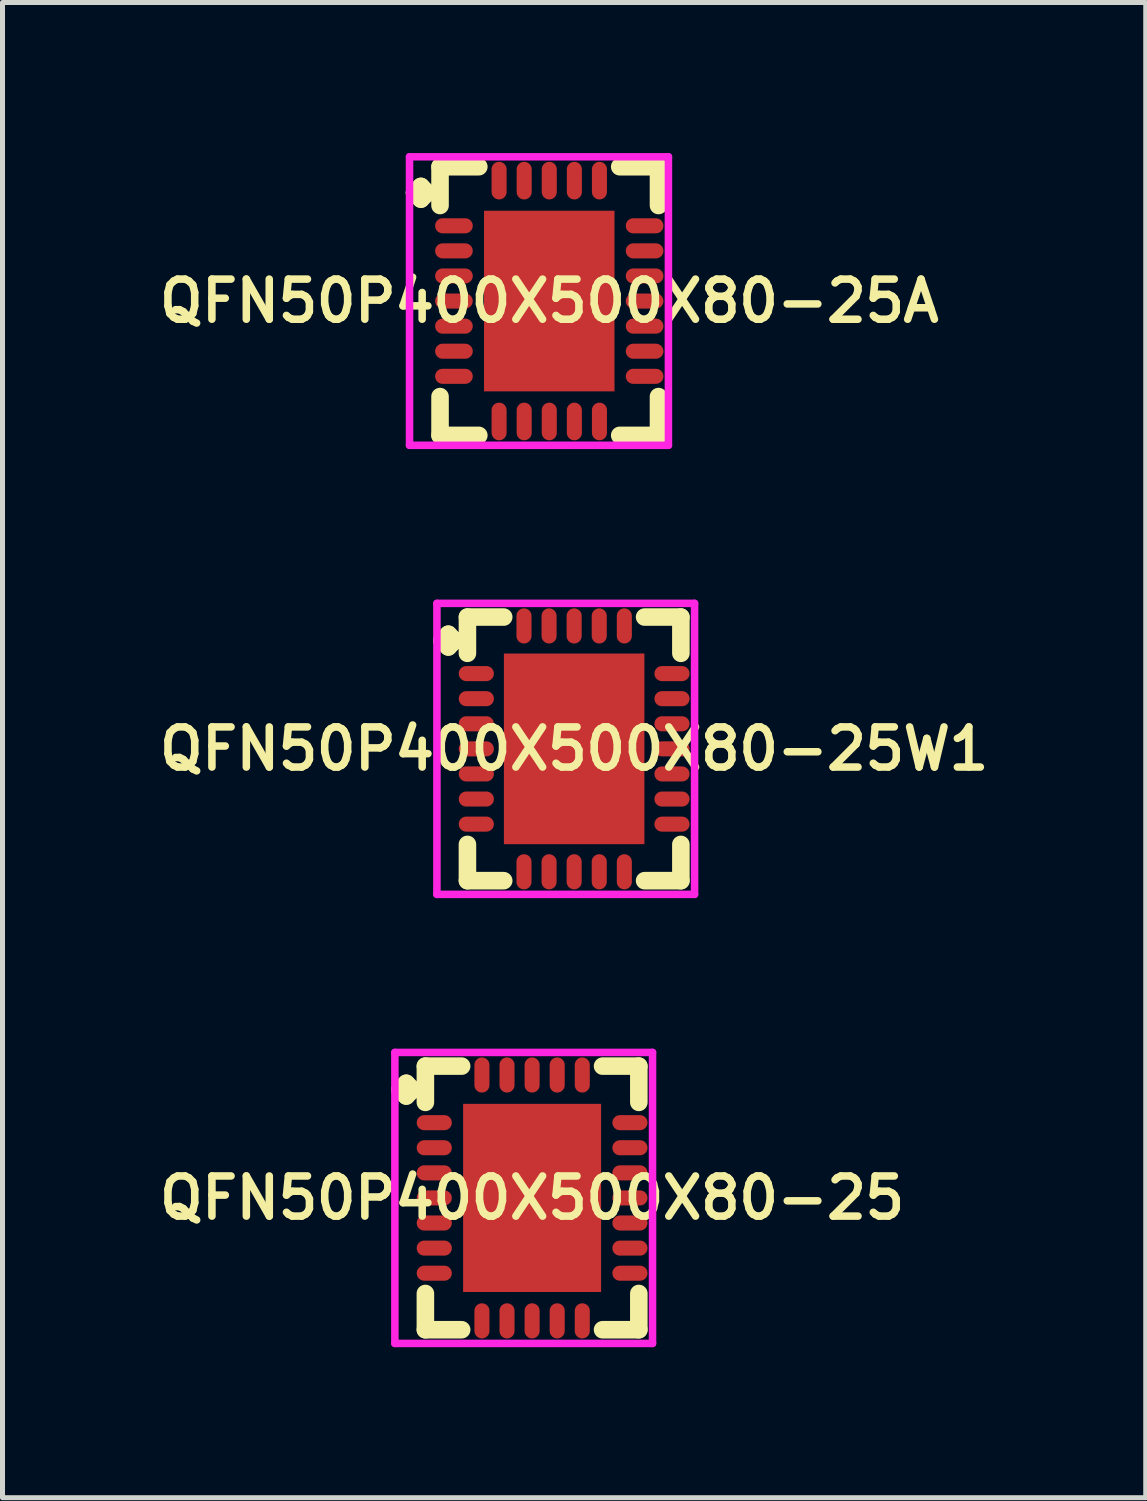
<source format=kicad_pcb>
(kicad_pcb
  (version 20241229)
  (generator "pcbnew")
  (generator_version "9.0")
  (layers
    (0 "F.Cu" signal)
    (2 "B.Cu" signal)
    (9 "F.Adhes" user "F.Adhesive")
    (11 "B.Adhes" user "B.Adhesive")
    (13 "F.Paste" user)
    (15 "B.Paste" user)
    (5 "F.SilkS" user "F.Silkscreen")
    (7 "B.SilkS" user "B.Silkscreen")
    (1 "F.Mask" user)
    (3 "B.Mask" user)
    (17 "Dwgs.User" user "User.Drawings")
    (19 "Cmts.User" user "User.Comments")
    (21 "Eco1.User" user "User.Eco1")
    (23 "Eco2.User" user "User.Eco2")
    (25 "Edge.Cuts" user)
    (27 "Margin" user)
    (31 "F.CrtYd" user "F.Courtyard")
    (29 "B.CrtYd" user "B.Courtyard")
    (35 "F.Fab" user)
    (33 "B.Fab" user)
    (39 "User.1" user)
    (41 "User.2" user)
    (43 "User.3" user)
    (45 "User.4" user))
  (footprint "QFN50P400X500X80-25W1"
    (layer "F.Cu")
    (at 8.393 11.875)
    (property "Reference" "QFN50P400X500X80-25W1" (at 0 0 0) (layer "F.SilkS") (effects (font (size 0.8 0.8) (thickness 0.15))))
    (attr through_hole)
    (fp_line (start -2.635 -2.158) (end -2.508 -2.285) (stroke (width 0.35) (type solid)) (layer "F.SilkS"))
    (fp_line (start -2.508 -2.285) (end -2.381 -2.158) (stroke (width 0.35) (type solid)) (layer "F.SilkS"))
    (fp_line (start -2.508 -2.031) (end -2.635 -2.158) (stroke (width 0.35) (type solid)) (layer "F.SilkS"))
    (fp_line (start -2.381 -2.158) (end -2.508 -2.031) (stroke (width 0.35) (type solid)) (layer "F.SilkS"))
    (fp_line (start -2.127 -2.627) (end -1.404 -2.627) (stroke (width 0.35) (type solid)) (layer "F.SilkS"))
    (fp_line (start -2.127 -1.904) (end -2.127 -2.627) (stroke (width 0.35) (type solid)) (layer "F.SilkS"))
    (fp_line (start -2.127 1.904) (end -2.127 2.627) (stroke (width 0.35) (type solid)) (layer "F.SilkS"))
    (fp_line (start -2.127 2.627) (end -1.404 2.627) (stroke (width 0.35) (type solid)) (layer "F.SilkS"))
    (fp_line (start 1.404 -2.627) (end 2.127 -2.627) (stroke (width 0.35) (type solid)) (layer "F.SilkS"))
    (fp_line (start 1.404 2.627) (end 2.127 2.627) (stroke (width 0.35) (type solid)) (layer "F.SilkS"))
    (fp_line (start 2.127 -2.627) (end 2.127 -1.904) (stroke (width 0.35) (type solid)) (layer "F.SilkS"))
    (fp_line (start 2.127 2.627) (end 2.127 1.904) (stroke (width 0.35) (type solid)) (layer "F.SilkS"))
    (fp_line (start -2.735 -2.9) (end 2.4 -2.9) (stroke (width 0.15) (type solid)) (layer "F.CrtYd"))
    (fp_line (start -2.735 2.9) (end -2.735 -2.9) (stroke (width 0.15) (type solid)) (layer "F.CrtYd"))
    (fp_line (start 2.4 -2.9) (end 2.4 2.9) (stroke (width 0.15) (type solid)) (layer "F.CrtYd"))
    (fp_line (start 2.4 2.9) (end -2.735 2.9) (stroke (width 0.15) (type solid)) (layer "F.CrtYd"))
    (pad "1" smd oval (at -1.95 -1.5) (size 0.7 0.3) (layers "F.Cu" "F.Mask" "F.Paste"))
    (pad "2" smd oval (at -1.95 -1) (size 0.7 0.3) (layers "F.Cu" "F.Mask" "F.Paste"))
    (pad "3" smd oval (at -1.95 -0.5) (size 0.7 0.3) (layers "F.Cu" "F.Mask" "F.Paste"))
    (pad "4" smd oval (at -1.95 0) (size 0.7 0.3) (layers "F.Cu" "F.Mask" "F.Paste"))
    (pad "5" smd oval (at -1.95 0.5) (size 0.7 0.3) (layers "F.Cu" "F.Mask" "F.Paste"))
    (pad "6" smd oval (at -1.95 1) (size 0.7 0.3) (layers "F.Cu" "F.Mask" "F.Paste"))
    (pad "7" smd oval (at -1.95 1.5) (size 0.7 0.3) (layers "F.Cu" "F.Mask" "F.Paste"))
    (pad "8" smd oval (at -1 2.45) (size 0.3 0.7) (layers "F.Cu" "F.Mask" "F.Paste"))
    (pad "9" smd oval (at -0.5 2.45) (size 0.3 0.7) (layers "F.Cu" "F.Mask" "F.Paste"))
    (pad "10" smd oval (at 0 2.45) (size 0.3 0.7) (layers "F.Cu" "F.Mask" "F.Paste"))
    (pad "11" smd oval (at 0.5 2.45) (size 0.3 0.7) (layers "F.Cu" "F.Mask" "F.Paste"))
    (pad "12" smd oval (at 1 2.45) (size 0.3 0.7) (layers "F.Cu" "F.Mask" "F.Paste"))
    (pad "13" smd oval (at 1.95 1.5) (size 0.7 0.3) (layers "F.Cu" "F.Mask" "F.Paste"))
    (pad "14" smd oval (at 1.95 1) (size 0.7 0.3) (layers "F.Cu" "F.Mask" "F.Paste"))
    (pad "15" smd oval (at 1.95 0.5) (size 0.7 0.3) (layers "F.Cu" "F.Mask" "F.Paste"))
    (pad "16" smd oval (at 1.95 0) (size 0.7 0.3) (layers "F.Cu" "F.Mask" "F.Paste"))
    (pad "17" smd oval (at 1.95 -0.5) (size 0.7 0.3) (layers "F.Cu" "F.Mask" "F.Paste"))
    (pad "18" smd oval (at 1.95 -1) (size 0.7 0.3) (layers "F.Cu" "F.Mask" "F.Paste"))
    (pad "19" smd oval (at 1.95 -1.5) (size 0.7 0.3) (layers "F.Cu" "F.Mask" "F.Paste"))
    (pad "20" smd oval (at 1 -2.45) (size 0.3 0.7) (layers "F.Cu" "F.Mask" "F.Paste"))
    (pad "21" smd oval (at 0.5 -2.45) (size 0.3 0.7) (layers "F.Cu" "F.Mask" "F.Paste"))
    (pad "22" smd oval (at 0 -2.45) (size 0.3 0.7) (layers "F.Cu" "F.Mask" "F.Paste"))
    (pad "23" smd oval (at -0.5 -2.45) (size 0.3 0.7) (layers "F.Cu" "F.Mask" "F.Paste"))
    (pad "24" smd oval (at -1 -2.45) (size 0.3 0.7) (layers "F.Cu" "F.Mask" "F.Paste"))
    (pad "25" smd rect (at 0 0) (size 2.8 3.8) (layers "F.Cu" "F.Mask" "F.Paste")))
  (footprint "QFN50P400X500X80-25A"
    (layer "F.Cu")
    (at 7.897 2.95)
    (property "Reference" "QFN50P400X500X80-25A" (at 0 0 0) (layer "F.SilkS") (effects (font (size 0.8 0.8) (thickness 0.15))))
    (attr through_hole)
    (fp_line (start -2.685 -2.158) (end -2.558 -2.285) (stroke (width 0.35) (type solid)) (layer "F.SilkS"))
    (fp_line (start -2.558 -2.285) (end -2.431 -2.158) (stroke (width 0.35) (type solid)) (layer "F.SilkS"))
    (fp_line (start -2.558 -2.031) (end -2.685 -2.158) (stroke (width 0.35) (type solid)) (layer "F.SilkS"))
    (fp_line (start -2.431 -2.158) (end -2.558 -2.031) (stroke (width 0.35) (type solid)) (layer "F.SilkS"))
    (fp_line (start -2.177 -2.677) (end -1.404 -2.677) (stroke (width 0.35) (type solid)) (layer "F.SilkS"))
    (fp_line (start -2.177 -1.904) (end -2.177 -2.677) (stroke (width 0.35) (type solid)) (layer "F.SilkS"))
    (fp_line (start -2.177 1.904) (end -2.177 2.677) (stroke (width 0.35) (type solid)) (layer "F.SilkS"))
    (fp_line (start -2.177 2.677) (end -1.404 2.677) (stroke (width 0.35) (type solid)) (layer "F.SilkS"))
    (fp_line (start 1.404 -2.677) (end 2.177 -2.677) (stroke (width 0.35) (type solid)) (layer "F.SilkS"))
    (fp_line (start 1.404 2.677) (end 2.177 2.677) (stroke (width 0.35) (type solid)) (layer "F.SilkS"))
    (fp_line (start 2.177 -2.677) (end 2.177 -1.904) (stroke (width 0.35) (type solid)) (layer "F.SilkS"))
    (fp_line (start 2.177 2.677) (end 2.177 1.904) (stroke (width 0.35) (type solid)) (layer "F.SilkS"))
    (fp_line (start -2.785 -2.875) (end 2.375 -2.875) (stroke (width 0.15) (type solid)) (layer "F.CrtYd"))
    (fp_line (start -2.785 2.875) (end -2.785 -2.875) (stroke (width 0.15) (type solid)) (layer "F.CrtYd"))
    (fp_line (start 2.375 -2.875) (end 2.375 2.875) (stroke (width 0.15) (type solid)) (layer "F.CrtYd"))
    (fp_line (start 2.375 2.875) (end -2.785 2.875) (stroke (width 0.15) (type solid)) (layer "F.CrtYd"))
    (pad "1" smd oval (at -1.9 -1.5) (size 0.75 0.3) (layers "F.Cu" "F.Mask" "F.Paste"))
    (pad "2" smd oval (at -1.9 -1) (size 0.75 0.3) (layers "F.Cu" "F.Mask" "F.Paste"))
    (pad "3" smd oval (at -1.9 -0.5) (size 0.75 0.3) (layers "F.Cu" "F.Mask" "F.Paste"))
    (pad "4" smd oval (at -1.9 0) (size 0.75 0.3) (layers "F.Cu" "F.Mask" "F.Paste"))
    (pad "5" smd oval (at -1.9 0.5) (size 0.75 0.3) (layers "F.Cu" "F.Mask" "F.Paste"))
    (pad "6" smd oval (at -1.9 1) (size 0.75 0.3) (layers "F.Cu" "F.Mask" "F.Paste"))
    (pad "7" smd oval (at -1.9 1.5) (size 0.75 0.3) (layers "F.Cu" "F.Mask" "F.Paste"))
    (pad "8" smd oval (at -1 2.4) (size 0.3 0.75) (layers "F.Cu" "F.Mask" "F.Paste"))
    (pad "9" smd oval (at -0.5 2.4) (size 0.3 0.75) (layers "F.Cu" "F.Mask" "F.Paste"))
    (pad "10" smd oval (at 0 2.4) (size 0.3 0.75) (layers "F.Cu" "F.Mask" "F.Paste"))
    (pad "11" smd oval (at 0.5 2.4) (size 0.3 0.75) (layers "F.Cu" "F.Mask" "F.Paste"))
    (pad "12" smd oval (at 1 2.4) (size 0.3 0.75) (layers "F.Cu" "F.Mask" "F.Paste"))
    (pad "13" smd oval (at 1.9 1.5) (size 0.75 0.3) (layers "F.Cu" "F.Mask" "F.Paste"))
    (pad "14" smd oval (at 1.9 1) (size 0.75 0.3) (layers "F.Cu" "F.Mask" "F.Paste"))
    (pad "15" smd oval (at 1.9 0.5) (size 0.75 0.3) (layers "F.Cu" "F.Mask" "F.Paste"))
    (pad "16" smd oval (at 1.9 0) (size 0.75 0.3) (layers "F.Cu" "F.Mask" "F.Paste"))
    (pad "17" smd oval (at 1.9 -0.5) (size 0.75 0.3) (layers "F.Cu" "F.Mask" "F.Paste"))
    (pad "18" smd oval (at 1.9 -1) (size 0.75 0.3) (layers "F.Cu" "F.Mask" "F.Paste"))
    (pad "19" smd oval (at 1.9 -1.5) (size 0.75 0.3) (layers "F.Cu" "F.Mask" "F.Paste"))
    (pad "20" smd oval (at 1 -2.4) (size 0.3 0.75) (layers "F.Cu" "F.Mask" "F.Paste"))
    (pad "21" smd oval (at 0.5 -2.4) (size 0.3 0.75) (layers "F.Cu" "F.Mask" "F.Paste"))
    (pad "22" smd oval (at 0 -2.4) (size 0.3 0.75) (layers "F.Cu" "F.Mask" "F.Paste"))
    (pad "23" smd oval (at -0.5 -2.4) (size 0.3 0.75) (layers "F.Cu" "F.Mask" "F.Paste"))
    (pad "24" smd oval (at -1 -2.4) (size 0.3 0.75) (layers "F.Cu" "F.Mask" "F.Paste"))
    (pad "25" smd rect (at 0 0) (size 2.6 3.6) (layers "F.Cu" "F.Mask" "F.Paste")))
  (footprint "QFN50P400X500X80-25"
    (layer "F.Cu")
    (at 7.555 20.825)
    (property "Reference" "QFN50P400X500X80-25" (at 0 0 0) (layer "F.SilkS") (effects (font (size 0.8 0.8) (thickness 0.15))))
    (attr through_hole)
    (fp_line (start -2.635 -2.158) (end -2.508 -2.285) (stroke (width 0.35) (type solid)) (layer "F.SilkS"))
    (fp_line (start -2.508 -2.285) (end -2.381 -2.158) (stroke (width 0.35) (type solid)) (layer "F.SilkS"))
    (fp_line (start -2.508 -2.031) (end -2.635 -2.158) (stroke (width 0.35) (type solid)) (layer "F.SilkS"))
    (fp_line (start -2.381 -2.158) (end -2.508 -2.031) (stroke (width 0.35) (type solid)) (layer "F.SilkS"))
    (fp_line (start -2.127 -2.627) (end -1.404 -2.627) (stroke (width 0.35) (type solid)) (layer "F.SilkS"))
    (fp_line (start -2.127 -1.904) (end -2.127 -2.627) (stroke (width 0.35) (type solid)) (layer "F.SilkS"))
    (fp_line (start -2.127 1.904) (end -2.127 2.627) (stroke (width 0.35) (type solid)) (layer "F.SilkS"))
    (fp_line (start -2.127 2.627) (end -1.404 2.627) (stroke (width 0.35) (type solid)) (layer "F.SilkS"))
    (fp_line (start 1.404 -2.627) (end 2.127 -2.627) (stroke (width 0.35) (type solid)) (layer "F.SilkS"))
    (fp_line (start 1.404 2.627) (end 2.127 2.627) (stroke (width 0.35) (type solid)) (layer "F.SilkS"))
    (fp_line (start 2.127 -2.627) (end 2.127 -1.904) (stroke (width 0.35) (type solid)) (layer "F.SilkS"))
    (fp_line (start 2.127 2.627) (end 2.127 1.904) (stroke (width 0.35) (type solid)) (layer "F.SilkS"))
    (fp_line (start -2.735 -2.9) (end 2.4 -2.9) (stroke (width 0.15) (type solid)) (layer "F.CrtYd"))
    (fp_line (start -2.735 2.9) (end -2.735 -2.9) (stroke (width 0.15) (type solid)) (layer "F.CrtYd"))
    (fp_line (start 2.4 -2.9) (end 2.4 2.9) (stroke (width 0.15) (type solid)) (layer "F.CrtYd"))
    (fp_line (start 2.4 2.9) (end -2.735 2.9) (stroke (width 0.15) (type solid)) (layer "F.CrtYd"))
    (pad "1" smd oval (at -1.95 -1.5) (size 0.7 0.3) (layers "F.Cu" "F.Mask" "F.Paste"))
    (pad "2" smd oval (at -1.95 -1) (size 0.7 0.3) (layers "F.Cu" "F.Mask" "F.Paste"))
    (pad "3" smd oval (at -1.95 -0.5) (size 0.7 0.3) (layers "F.Cu" "F.Mask" "F.Paste"))
    (pad "4" smd oval (at -1.95 0) (size 0.7 0.3) (layers "F.Cu" "F.Mask" "F.Paste"))
    (pad "5" smd oval (at -1.95 0.5) (size 0.7 0.3) (layers "F.Cu" "F.Mask" "F.Paste"))
    (pad "6" smd oval (at -1.95 1) (size 0.7 0.3) (layers "F.Cu" "F.Mask" "F.Paste"))
    (pad "7" smd oval (at -1.95 1.5) (size 0.7 0.3) (layers "F.Cu" "F.Mask" "F.Paste"))
    (pad "8" smd oval (at -1 2.45) (size 0.3 0.7) (layers "F.Cu" "F.Mask" "F.Paste"))
    (pad "9" smd oval (at -0.5 2.45) (size 0.3 0.7) (layers "F.Cu" "F.Mask" "F.Paste"))
    (pad "10" smd oval (at 0 2.45) (size 0.3 0.7) (layers "F.Cu" "F.Mask" "F.Paste"))
    (pad "11" smd oval (at 0.5 2.45) (size 0.3 0.7) (layers "F.Cu" "F.Mask" "F.Paste"))
    (pad "12" smd oval (at 1 2.45) (size 0.3 0.7) (layers "F.Cu" "F.Mask" "F.Paste"))
    (pad "13" smd oval (at 1.95 1.5) (size 0.7 0.3) (layers "F.Cu" "F.Mask" "F.Paste"))
    (pad "14" smd oval (at 1.95 1) (size 0.7 0.3) (layers "F.Cu" "F.Mask" "F.Paste"))
    (pad "15" smd oval (at 1.95 0.5) (size 0.7 0.3) (layers "F.Cu" "F.Mask" "F.Paste"))
    (pad "16" smd oval (at 1.95 0) (size 0.7 0.3) (layers "F.Cu" "F.Mask" "F.Paste"))
    (pad "17" smd oval (at 1.95 -0.5) (size 0.7 0.3) (layers "F.Cu" "F.Mask" "F.Paste"))
    (pad "18" smd oval (at 1.95 -1) (size 0.7 0.3) (layers "F.Cu" "F.Mask" "F.Paste"))
    (pad "19" smd oval (at 1.95 -1.5) (size 0.7 0.3) (layers "F.Cu" "F.Mask" "F.Paste"))
    (pad "20" smd oval (at 1 -2.45) (size 0.3 0.7) (layers "F.Cu" "F.Mask" "F.Paste"))
    (pad "21" smd oval (at 0.5 -2.45) (size 0.3 0.7) (layers "F.Cu" "F.Mask" "F.Paste"))
    (pad "22" smd oval (at 0 -2.45) (size 0.3 0.7) (layers "F.Cu" "F.Mask" "F.Paste"))
    (pad "23" smd oval (at -0.5 -2.45) (size 0.3 0.7) (layers "F.Cu" "F.Mask" "F.Paste"))
    (pad "24" smd oval (at -1 -2.45) (size 0.3 0.7) (layers "F.Cu" "F.Mask" "F.Paste"))
    (pad "25" smd rect (at 0 0) (size 2.75 3.75) (layers "F.Cu" "F.Mask" "F.Paste")))
  (gr_rect
    (start -3 -3)
    (end 19.785 26.8)
    (stroke (width 0.1) (type default))
    (fill no)
    (layer "Edge.Cuts")))
</source>
